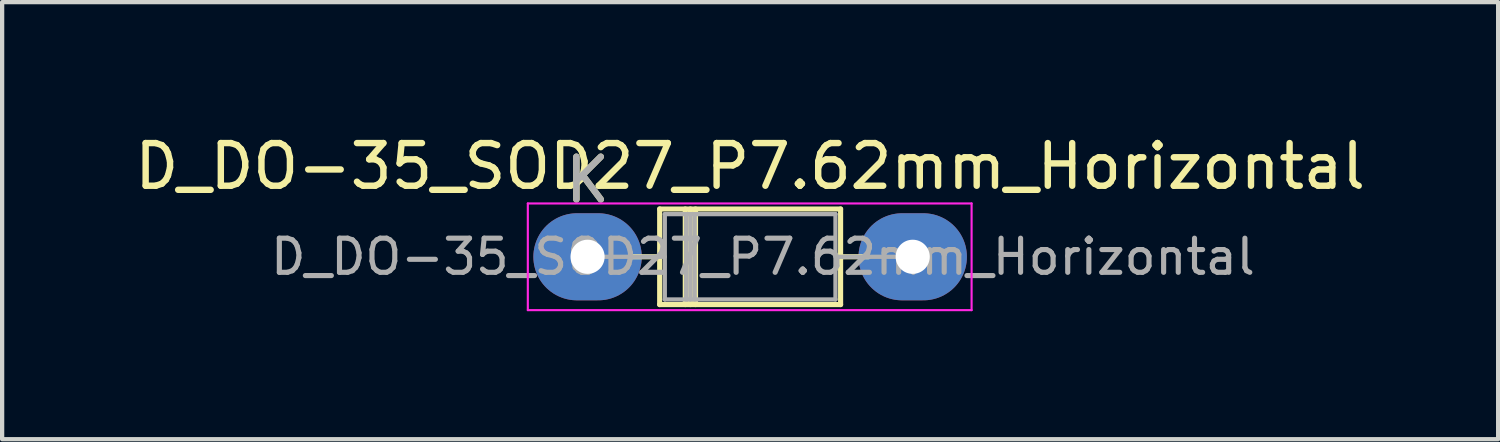
<source format=kicad_pcb>
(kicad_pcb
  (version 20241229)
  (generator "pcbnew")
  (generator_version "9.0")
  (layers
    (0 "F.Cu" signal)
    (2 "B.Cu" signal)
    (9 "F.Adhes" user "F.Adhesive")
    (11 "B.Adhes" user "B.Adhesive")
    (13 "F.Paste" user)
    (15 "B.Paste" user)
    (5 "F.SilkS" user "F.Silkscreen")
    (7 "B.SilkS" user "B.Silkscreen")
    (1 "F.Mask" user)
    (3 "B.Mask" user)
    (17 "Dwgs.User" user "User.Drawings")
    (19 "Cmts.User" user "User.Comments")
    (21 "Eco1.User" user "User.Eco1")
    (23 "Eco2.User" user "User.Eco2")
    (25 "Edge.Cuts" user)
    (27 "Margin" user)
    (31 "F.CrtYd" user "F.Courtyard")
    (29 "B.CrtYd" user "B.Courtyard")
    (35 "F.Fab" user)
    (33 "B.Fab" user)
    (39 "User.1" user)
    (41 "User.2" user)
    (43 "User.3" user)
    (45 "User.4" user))
  (footprint "D_DO-35_SOD27_P7.62mm_Horizontal"
    (layer "F.Cu")
    (at 10.72 2.968)
    (property "Reference" "D_DO-35_SOD27_P7.62mm_Horizontal" (at 3.81 -2.12 180) (layer "F.SilkS") (effects (font (size 1 1) (thickness 0.15))))
    (attr through_hole)
    (fp_line (start 1.04 0) (end 1.69 0) (stroke (width 0.12) (type solid)) (layer "F.SilkS"))
    (fp_line (start 1.69 -1.12) (end 1.69 1.12) (stroke (width 0.12) (type solid)) (layer "F.SilkS"))
    (fp_line (start 1.69 1.12) (end 5.93 1.12) (stroke (width 0.12) (type solid)) (layer "F.SilkS"))
    (fp_line (start 2.29 -1.12) (end 2.29 1.12) (stroke (width 0.12) (type solid)) (layer "F.SilkS"))
    (fp_line (start 2.41 -1.12) (end 2.41 1.12) (stroke (width 0.12) (type solid)) (layer "F.SilkS"))
    (fp_line (start 2.53 -1.12) (end 2.53 1.12) (stroke (width 0.12) (type solid)) (layer "F.SilkS"))
    (fp_line (start 5.93 -1.12) (end 1.69 -1.12) (stroke (width 0.12) (type solid)) (layer "F.SilkS"))
    (fp_line (start 5.93 1.12) (end 5.93 -1.12) (stroke (width 0.12) (type solid)) (layer "F.SilkS"))
    (fp_line (start 6.58 0) (end 5.93 0) (stroke (width 0.12) (type solid)) (layer "F.SilkS"))
    (fp_line (start -1.4 -1.25) (end -1.4 1.25) (stroke (width 0.05) (type solid)) (layer "F.CrtYd"))
    (fp_line (start -1.4 1.25) (end 9 1.25) (stroke (width 0.05) (type solid)) (layer "F.CrtYd"))
    (fp_line (start 9 -1.25) (end -1.4 -1.25) (stroke (width 0.05) (type solid)) (layer "F.CrtYd"))
    (fp_line (start 9 1.25) (end 9 -1.25) (stroke (width 0.05) (type solid)) (layer "F.CrtYd"))
    (fp_line (start 0 0) (end 1.81 0) (stroke (width 0.1) (type solid)) (layer "F.Fab"))
    (fp_line (start 1.81 -1) (end 1.81 1) (stroke (width 0.1) (type solid)) (layer "F.Fab"))
    (fp_line (start 1.81 1) (end 5.81 1) (stroke (width 0.1) (type solid)) (layer "F.Fab"))
    (fp_line (start 2.31 -1) (end 2.31 1) (stroke (width 0.1) (type solid)) (layer "F.Fab"))
    (fp_line (start 2.41 -1) (end 2.41 1) (stroke (width 0.1) (type solid)) (layer "F.Fab"))
    (fp_line (start 2.51 -1) (end 2.51 1) (stroke (width 0.1) (type solid)) (layer "F.Fab"))
    (fp_line (start 5.81 -1) (end 1.81 -1) (stroke (width 0.1) (type solid)) (layer "F.Fab"))
    (fp_line (start 5.81 1) (end 5.81 -1) (stroke (width 0.1) (type solid)) (layer "F.Fab"))
    (fp_line (start 7.62 0) (end 5.81 0) (stroke (width 0.1) (type solid)) (layer "F.Fab"))
    (fp_text user "K" (at 0 -1.8 180) (layer "F.SilkS") (effects (font (size 1 1) (thickness 0.15))))
    (fp_text user "K" (at 0 -1.8 180) (layer "F.Fab") (effects (font (size 1 1) (thickness 0.15))))
    (fp_text user "${REFERENCE}" (at 4.11 0 180) (layer "F.Fab") (effects (font (size 0.8 0.8) (thickness 0.12))))
    (pad "1" thru_hole oval (at 0 0) (size 2.54 2.04) (drill 0.8) (layers "*.Cu" "*.Mask"))
    (pad "2" thru_hole oval (at 7.62 0) (size 2.54 2.04) (drill 0.8) (layers "*.Cu" "*.Mask")))
  (gr_rect
    (start -3 -3)
    (end 32.06 7.243)
    (stroke (width 0.1) (type default))
    (fill no)
    (layer "Edge.Cuts")))
</source>
